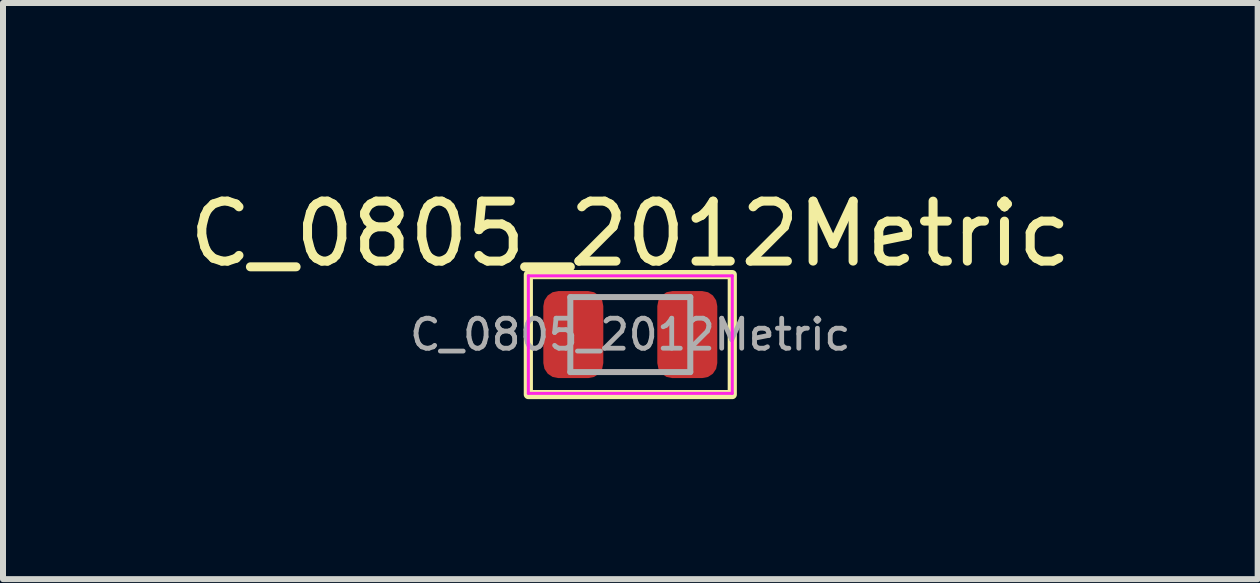
<source format=kicad_pcb>
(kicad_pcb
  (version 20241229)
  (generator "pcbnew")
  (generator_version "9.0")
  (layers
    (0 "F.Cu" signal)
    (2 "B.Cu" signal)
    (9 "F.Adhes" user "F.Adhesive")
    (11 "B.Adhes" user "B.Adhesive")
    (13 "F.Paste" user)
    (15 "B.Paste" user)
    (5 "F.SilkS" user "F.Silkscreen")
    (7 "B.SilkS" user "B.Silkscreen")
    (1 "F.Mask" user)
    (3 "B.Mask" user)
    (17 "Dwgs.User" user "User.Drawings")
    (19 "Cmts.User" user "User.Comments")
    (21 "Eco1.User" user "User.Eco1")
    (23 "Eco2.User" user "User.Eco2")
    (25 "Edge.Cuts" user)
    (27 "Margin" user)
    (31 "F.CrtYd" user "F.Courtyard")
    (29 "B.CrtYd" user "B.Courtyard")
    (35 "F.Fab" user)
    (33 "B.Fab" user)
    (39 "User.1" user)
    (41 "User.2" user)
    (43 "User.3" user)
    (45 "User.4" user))
  (footprint "C_0805_2012Metric"
    (layer "F.Cu")
    (at 7.458 2.528)
    (property "Reference" "C_0805_2012Metric" (at 0 -1.68 0) (layer "F.SilkS") (effects (font (size 1 1) (thickness 0.15))))
    (attr smd)
    (fp_rect (start -1.7 -1) (end 1.7 1) (stroke (width 0.153) (type solid)) (fill no) (layer "F.SilkS"))
    (fp_line (start -1.7 -0.98) (end 1.7 -0.98) (stroke (width 0.05) (type solid)) (layer "F.CrtYd"))
    (fp_line (start -1.7 0.98) (end -1.7 -0.98) (stroke (width 0.05) (type solid)) (layer "F.CrtYd"))
    (fp_line (start 1.7 -0.98) (end 1.7 0.98) (stroke (width 0.05) (type solid)) (layer "F.CrtYd"))
    (fp_line (start 1.7 0.98) (end -1.7 0.98) (stroke (width 0.05) (type solid)) (layer "F.CrtYd"))
    (fp_line (start -1 -0.625) (end 1 -0.625) (stroke (width 0.1) (type solid)) (layer "F.Fab"))
    (fp_line (start -1 0.625) (end -1 -0.625) (stroke (width 0.1) (type solid)) (layer "F.Fab"))
    (fp_line (start 1 -0.625) (end 1 0.625) (stroke (width 0.1) (type solid)) (layer "F.Fab"))
    (fp_line (start 1 0.625) (end -1 0.625) (stroke (width 0.1) (type solid)) (layer "F.Fab"))
    (fp_text user "${REFERENCE}" (at 0 0 0) (layer "F.Fab") (effects (font (size 0.5 0.5) (thickness 0.08))))
    (pad "1" smd roundrect (at -0.95 0) (size 1 1.45) (layers "F.Cu" "F.Mask" "F.Paste") (roundrect_rratio 0.25))
    (pad "2" smd roundrect (at 0.95 0) (size 1 1.45) (layers "F.Cu" "F.Mask" "F.Paste") (roundrect_rratio 0.25)))
  (gr_rect
    (start -3 -3)
    (end 17.917 6.605)
    (stroke (width 0.1) (type default))
    (fill no)
    (layer "Edge.Cuts")))
</source>
